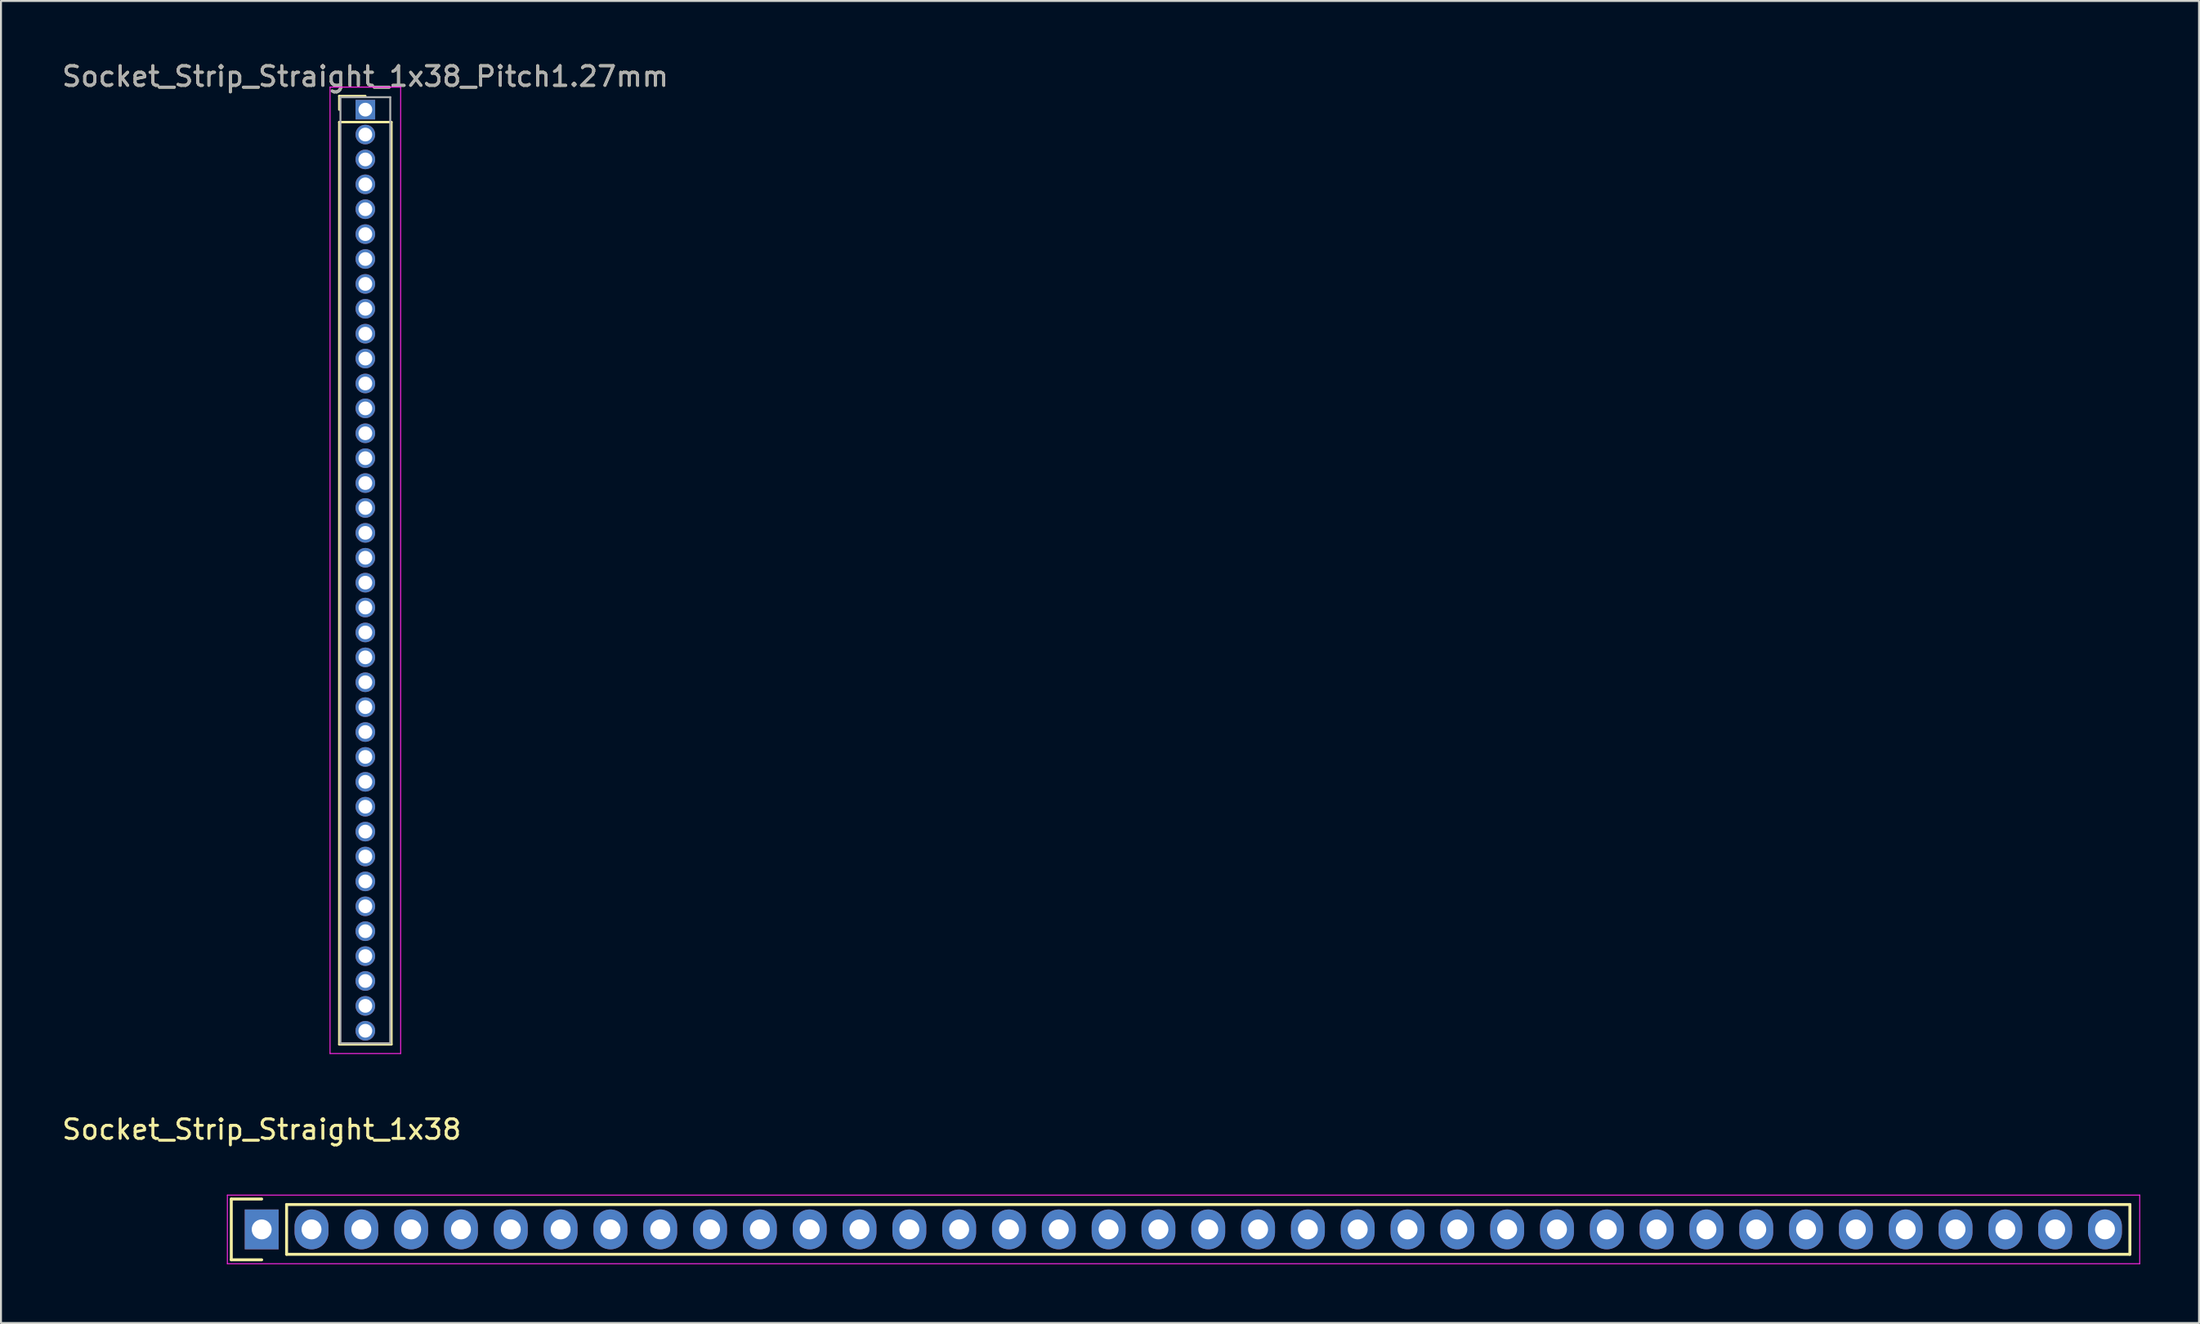
<source format=kicad_pcb>
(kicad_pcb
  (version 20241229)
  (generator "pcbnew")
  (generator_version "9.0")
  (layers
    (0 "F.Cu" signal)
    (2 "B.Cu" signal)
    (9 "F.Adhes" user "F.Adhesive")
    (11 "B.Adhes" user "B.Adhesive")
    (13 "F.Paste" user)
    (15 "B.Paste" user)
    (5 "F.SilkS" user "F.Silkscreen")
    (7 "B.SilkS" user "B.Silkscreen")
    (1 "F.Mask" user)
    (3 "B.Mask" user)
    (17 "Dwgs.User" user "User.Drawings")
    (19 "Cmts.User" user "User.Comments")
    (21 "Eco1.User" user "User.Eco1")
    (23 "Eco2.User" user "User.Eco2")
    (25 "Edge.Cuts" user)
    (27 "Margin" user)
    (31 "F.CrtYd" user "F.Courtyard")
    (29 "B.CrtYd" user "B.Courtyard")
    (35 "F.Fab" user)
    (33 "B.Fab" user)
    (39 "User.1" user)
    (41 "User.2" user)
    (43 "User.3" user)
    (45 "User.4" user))
  (footprint "Socket_Strip_Straight_1x38"
    (layer "F.Cu")
    (at 10.292 59.666)
    (property "Reference" "Socket_Strip_Straight_1x38" (at 0 -5.1 0) (layer "F.SilkS") (effects (font (size 1 1) (thickness 0.15))))
    (attr through_hole)
    (fp_line (start -1.55 -1.55) (end -1.55 1.55) (stroke (width 0.15) (type solid)) (layer "F.SilkS"))
    (fp_line (start -1.55 1.55) (end 0 1.55) (stroke (width 0.15) (type solid)) (layer "F.SilkS"))
    (fp_line (start 0 -1.55) (end -1.55 -1.55) (stroke (width 0.15) (type solid)) (layer "F.SilkS"))
    (fp_line (start 1.27 -1.27) (end 95.25 -1.27) (stroke (width 0.15) (type solid)) (layer "F.SilkS"))
    (fp_line (start 1.27 1.27) (end 1.27 -1.27) (stroke (width 0.15) (type solid)) (layer "F.SilkS"))
    (fp_line (start 95.25 -1.27) (end 95.25 1.27) (stroke (width 0.15) (type solid)) (layer "F.SilkS"))
    (fp_line (start 95.25 1.27) (end 1.27 1.27) (stroke (width 0.15) (type solid)) (layer "F.SilkS"))
    (fp_line (start -1.75 -1.75) (end -1.75 1.75) (stroke (width 0.05) (type solid)) (layer "F.CrtYd"))
    (fp_line (start -1.75 -1.75) (end 95.75 -1.75) (stroke (width 0.05) (type solid)) (layer "F.CrtYd"))
    (fp_line (start -1.75 1.75) (end 95.75 1.75) (stroke (width 0.05) (type solid)) (layer "F.CrtYd"))
    (fp_line (start 95.75 -1.75) (end 95.75 1.75) (stroke (width 0.05) (type solid)) (layer "F.CrtYd"))
    (pad "1" thru_hole rect (at 0 0) (size 1.727 2.032) (drill 1.016) (layers "*.Cu" "*.Mask"))
    (pad "2" thru_hole oval (at 2.54 0) (size 1.727 2.032) (drill 1.016) (layers "*.Cu" "*.Mask"))
    (pad "3" thru_hole oval (at 5.08 0) (size 1.727 2.032) (drill 1.016) (layers "*.Cu" "*.Mask"))
    (pad "4" thru_hole oval (at 7.62 0) (size 1.727 2.032) (drill 1.016) (layers "*.Cu" "*.Mask"))
    (pad "5" thru_hole oval (at 10.16 0) (size 1.727 2.032) (drill 1.016) (layers "*.Cu" "*.Mask"))
    (pad "6" thru_hole oval (at 12.7 0) (size 1.727 2.032) (drill 1.016) (layers "*.Cu" "*.Mask"))
    (pad "7" thru_hole oval (at 15.24 0) (size 1.727 2.032) (drill 1.016) (layers "*.Cu" "*.Mask"))
    (pad "8" thru_hole oval (at 17.78 0) (size 1.727 2.032) (drill 1.016) (layers "*.Cu" "*.Mask"))
    (pad "9" thru_hole oval (at 20.32 0) (size 1.727 2.032) (drill 1.016) (layers "*.Cu" "*.Mask"))
    (pad "10" thru_hole oval (at 22.86 0) (size 1.727 2.032) (drill 1.016) (layers "*.Cu" "*.Mask"))
    (pad "11" thru_hole oval (at 25.4 0) (size 1.727 2.032) (drill 1.016) (layers "*.Cu" "*.Mask"))
    (pad "12" thru_hole oval (at 27.94 0) (size 1.727 2.032) (drill 1.016) (layers "*.Cu" "*.Mask"))
    (pad "13" thru_hole oval (at 30.48 0) (size 1.727 2.032) (drill 1.016) (layers "*.Cu" "*.Mask"))
    (pad "14" thru_hole oval (at 33.02 0) (size 1.727 2.032) (drill 1.016) (layers "*.Cu" "*.Mask"))
    (pad "15" thru_hole oval (at 35.56 0) (size 1.727 2.032) (drill 1.016) (layers "*.Cu" "*.Mask"))
    (pad "16" thru_hole oval (at 38.1 0) (size 1.727 2.032) (drill 1.016) (layers "*.Cu" "*.Mask"))
    (pad "17" thru_hole oval (at 40.64 0) (size 1.727 2.032) (drill 1.016) (layers "*.Cu" "*.Mask"))
    (pad "18" thru_hole oval (at 43.18 0) (size 1.727 2.032) (drill 1.016) (layers "*.Cu" "*.Mask"))
    (pad "19" thru_hole oval (at 45.72 0) (size 1.727 2.032) (drill 1.016) (layers "*.Cu" "*.Mask"))
    (pad "20" thru_hole oval (at 48.26 0) (size 1.727 2.032) (drill 1.016) (layers "*.Cu" "*.Mask"))
    (pad "21" thru_hole oval (at 50.8 0) (size 1.727 2.032) (drill 1.016) (layers "*.Cu" "*.Mask"))
    (pad "22" thru_hole oval (at 53.34 0) (size 1.727 2.032) (drill 1.016) (layers "*.Cu" "*.Mask"))
    (pad "23" thru_hole oval (at 55.88 0) (size 1.727 2.032) (drill 1.016) (layers "*.Cu" "*.Mask"))
    (pad "24" thru_hole oval (at 58.42 0) (size 1.727 2.032) (drill 1.016) (layers "*.Cu" "*.Mask"))
    (pad "25" thru_hole oval (at 60.96 0) (size 1.727 2.032) (drill 1.016) (layers "*.Cu" "*.Mask"))
    (pad "26" thru_hole oval (at 63.5 0) (size 1.727 2.032) (drill 1.016) (layers "*.Cu" "*.Mask"))
    (pad "27" thru_hole oval (at 66.04 0) (size 1.727 2.032) (drill 1.016) (layers "*.Cu" "*.Mask"))
    (pad "28" thru_hole oval (at 68.58 0) (size 1.727 2.032) (drill 1.016) (layers "*.Cu" "*.Mask"))
    (pad "29" thru_hole oval (at 71.12 0) (size 1.727 2.032) (drill 1.016) (layers "*.Cu" "*.Mask"))
    (pad "30" thru_hole oval (at 73.66 0) (size 1.727 2.032) (drill 1.016) (layers "*.Cu" "*.Mask"))
    (pad "31" thru_hole oval (at 76.2 0) (size 1.727 2.032) (drill 1.016) (layers "*.Cu" "*.Mask"))
    (pad "32" thru_hole oval (at 78.74 0) (size 1.727 2.032) (drill 1.016) (layers "*.Cu" "*.Mask"))
    (pad "33" thru_hole oval (at 81.28 0) (size 1.727 2.032) (drill 1.016) (layers "*.Cu" "*.Mask"))
    (pad "34" thru_hole oval (at 83.82 0) (size 1.727 2.032) (drill 1.016) (layers "*.Cu" "*.Mask"))
    (pad "35" thru_hole oval (at 86.36 0) (size 1.727 2.032) (drill 1.016) (layers "*.Cu" "*.Mask"))
    (pad "36" thru_hole oval (at 88.9 0) (size 1.727 2.032) (drill 1.016) (layers "*.Cu" "*.Mask"))
    (pad "37" thru_hole oval (at 91.44 0) (size 1.727 2.032) (drill 1.016) (layers "*.Cu" "*.Mask"))
    (pad "38" thru_hole oval (at 93.98 0) (size 1.727 2.032) (drill 1.016) (layers "*.Cu" "*.Mask")))
  (footprint "Socket_Strip_Straight_1x38_Pitch1.27mm"
    (layer "F.Cu")
    (at 15.577 2.543)
    (property "Reference" "Socket_Strip_Straight_1x38_Pitch1.27mm" (at 0 -1.695 0) (layer "F.SilkS") (effects (font (size 1 1) (thickness 0.15))))
    (attr through_hole)
    (fp_line (start -1.33 -0.695) (end 0 -0.695) (stroke (width 0.12) (type solid)) (layer "F.SilkS"))
    (fp_line (start -1.33 0) (end -1.33 -0.695) (stroke (width 0.12) (type solid)) (layer "F.SilkS"))
    (fp_line (start -1.33 0.635) (end -1.33 47.685) (stroke (width 0.12) (type solid)) (layer "F.SilkS"))
    (fp_line (start -1.33 47.685) (end 1.33 47.685) (stroke (width 0.12) (type solid)) (layer "F.SilkS"))
    (fp_line (start 1.33 0.635) (end -1.33 0.635) (stroke (width 0.12) (type solid)) (layer "F.SilkS"))
    (fp_line (start 1.33 47.685) (end 1.33 0.635) (stroke (width 0.12) (type solid)) (layer "F.SilkS"))
    (fp_line (start -1.8 -1.15) (end -1.8 48.15) (stroke (width 0.05) (type solid)) (layer "F.CrtYd"))
    (fp_line (start -1.8 48.15) (end 1.8 48.15) (stroke (width 0.05) (type solid)) (layer "F.CrtYd"))
    (fp_line (start 1.8 -1.15) (end -1.8 -1.15) (stroke (width 0.05) (type solid)) (layer "F.CrtYd"))
    (fp_line (start 1.8 48.15) (end 1.8 -1.15) (stroke (width 0.05) (type solid)) (layer "F.CrtYd"))
    (fp_line (start -1.27 -0.635) (end -1.27 47.625) (stroke (width 0.1) (type solid)) (layer "F.Fab"))
    (fp_line (start -1.27 47.625) (end 1.27 47.625) (stroke (width 0.1) (type solid)) (layer "F.Fab"))
    (fp_line (start 1.27 -0.635) (end -1.27 -0.635) (stroke (width 0.1) (type solid)) (layer "F.Fab"))
    (fp_line (start 1.27 47.625) (end 1.27 -0.635) (stroke (width 0.1) (type solid)) (layer "F.Fab"))
    (fp_text user "${REFERENCE}" (at 0 -1.695 0) (layer "F.Fab") (effects (font (size 1 1) (thickness 0.15))))
    (pad "1" thru_hole rect (at 0 0) (size 1 1) (drill 0.7) (layers "*.Cu" "*.Mask"))
    (pad "2" thru_hole oval (at 0 1.27) (size 1 1) (drill 0.7) (layers "*.Cu" "*.Mask"))
    (pad "3" thru_hole oval (at 0 2.54) (size 1 1) (drill 0.7) (layers "*.Cu" "*.Mask"))
    (pad "4" thru_hole oval (at 0 3.81) (size 1 1) (drill 0.7) (layers "*.Cu" "*.Mask"))
    (pad "5" thru_hole oval (at 0 5.08) (size 1 1) (drill 0.7) (layers "*.Cu" "*.Mask"))
    (pad "6" thru_hole oval (at 0 6.35) (size 1 1) (drill 0.7) (layers "*.Cu" "*.Mask"))
    (pad "7" thru_hole oval (at 0 7.62) (size 1 1) (drill 0.7) (layers "*.Cu" "*.Mask"))
    (pad "8" thru_hole oval (at 0 8.89) (size 1 1) (drill 0.7) (layers "*.Cu" "*.Mask"))
    (pad "9" thru_hole oval (at 0 10.16) (size 1 1) (drill 0.7) (layers "*.Cu" "*.Mask"))
    (pad "10" thru_hole oval (at 0 11.43) (size 1 1) (drill 0.7) (layers "*.Cu" "*.Mask"))
    (pad "11" thru_hole oval (at 0 12.7) (size 1 1) (drill 0.7) (layers "*.Cu" "*.Mask"))
    (pad "12" thru_hole oval (at 0 13.97) (size 1 1) (drill 0.7) (layers "*.Cu" "*.Mask"))
    (pad "13" thru_hole oval (at 0 15.24) (size 1 1) (drill 0.7) (layers "*.Cu" "*.Mask"))
    (pad "14" thru_hole oval (at 0 16.51) (size 1 1) (drill 0.7) (layers "*.Cu" "*.Mask"))
    (pad "15" thru_hole oval (at 0 17.78) (size 1 1) (drill 0.7) (layers "*.Cu" "*.Mask"))
    (pad "16" thru_hole oval (at 0 19.05) (size 1 1) (drill 0.7) (layers "*.Cu" "*.Mask"))
    (pad "17" thru_hole oval (at 0 20.32) (size 1 1) (drill 0.7) (layers "*.Cu" "*.Mask"))
    (pad "18" thru_hole oval (at 0 21.59) (size 1 1) (drill 0.7) (layers "*.Cu" "*.Mask"))
    (pad "19" thru_hole oval (at 0 22.86) (size 1 1) (drill 0.7) (layers "*.Cu" "*.Mask"))
    (pad "20" thru_hole oval (at 0 24.13) (size 1 1) (drill 0.7) (layers "*.Cu" "*.Mask"))
    (pad "21" thru_hole oval (at 0 25.4) (size 1 1) (drill 0.7) (layers "*.Cu" "*.Mask"))
    (pad "22" thru_hole oval (at 0 26.67) (size 1 1) (drill 0.7) (layers "*.Cu" "*.Mask"))
    (pad "23" thru_hole oval (at 0 27.94) (size 1 1) (drill 0.7) (layers "*.Cu" "*.Mask"))
    (pad "24" thru_hole oval (at 0 29.21) (size 1 1) (drill 0.7) (layers "*.Cu" "*.Mask"))
    (pad "25" thru_hole oval (at 0 30.48) (size 1 1) (drill 0.7) (layers "*.Cu" "*.Mask"))
    (pad "26" thru_hole oval (at 0 31.75) (size 1 1) (drill 0.7) (layers "*.Cu" "*.Mask"))
    (pad "27" thru_hole oval (at 0 33.02) (size 1 1) (drill 0.7) (layers "*.Cu" "*.Mask"))
    (pad "28" thru_hole oval (at 0 34.29) (size 1 1) (drill 0.7) (layers "*.Cu" "*.Mask"))
    (pad "29" thru_hole oval (at 0 35.56) (size 1 1) (drill 0.7) (layers "*.Cu" "*.Mask"))
    (pad "30" thru_hole oval (at 0 36.83) (size 1 1) (drill 0.7) (layers "*.Cu" "*.Mask"))
    (pad "31" thru_hole oval (at 0 38.1) (size 1 1) (drill 0.7) (layers "*.Cu" "*.Mask"))
    (pad "32" thru_hole oval (at 0 39.37) (size 1 1) (drill 0.7) (layers "*.Cu" "*.Mask"))
    (pad "33" thru_hole oval (at 0 40.64) (size 1 1) (drill 0.7) (layers "*.Cu" "*.Mask"))
    (pad "34" thru_hole oval (at 0 41.91) (size 1 1) (drill 0.7) (layers "*.Cu" "*.Mask"))
    (pad "35" thru_hole oval (at 0 43.18) (size 1 1) (drill 0.7) (layers "*.Cu" "*.Mask"))
    (pad "36" thru_hole oval (at 0 44.45) (size 1 1) (drill 0.7) (layers "*.Cu" "*.Mask"))
    (pad "37" thru_hole oval (at 0 45.72) (size 1 1) (drill 0.7) (layers "*.Cu" "*.Mask"))
    (pad "38" thru_hole oval (at 0 46.99) (size 1 1) (drill 0.7) (layers "*.Cu" "*.Mask")))
  (gr_rect
    (start -3 -3)
    (end 109.067 64.442)
    (stroke (width 0.1) (type default))
    (fill no)
    (layer "Edge.Cuts")))
</source>
